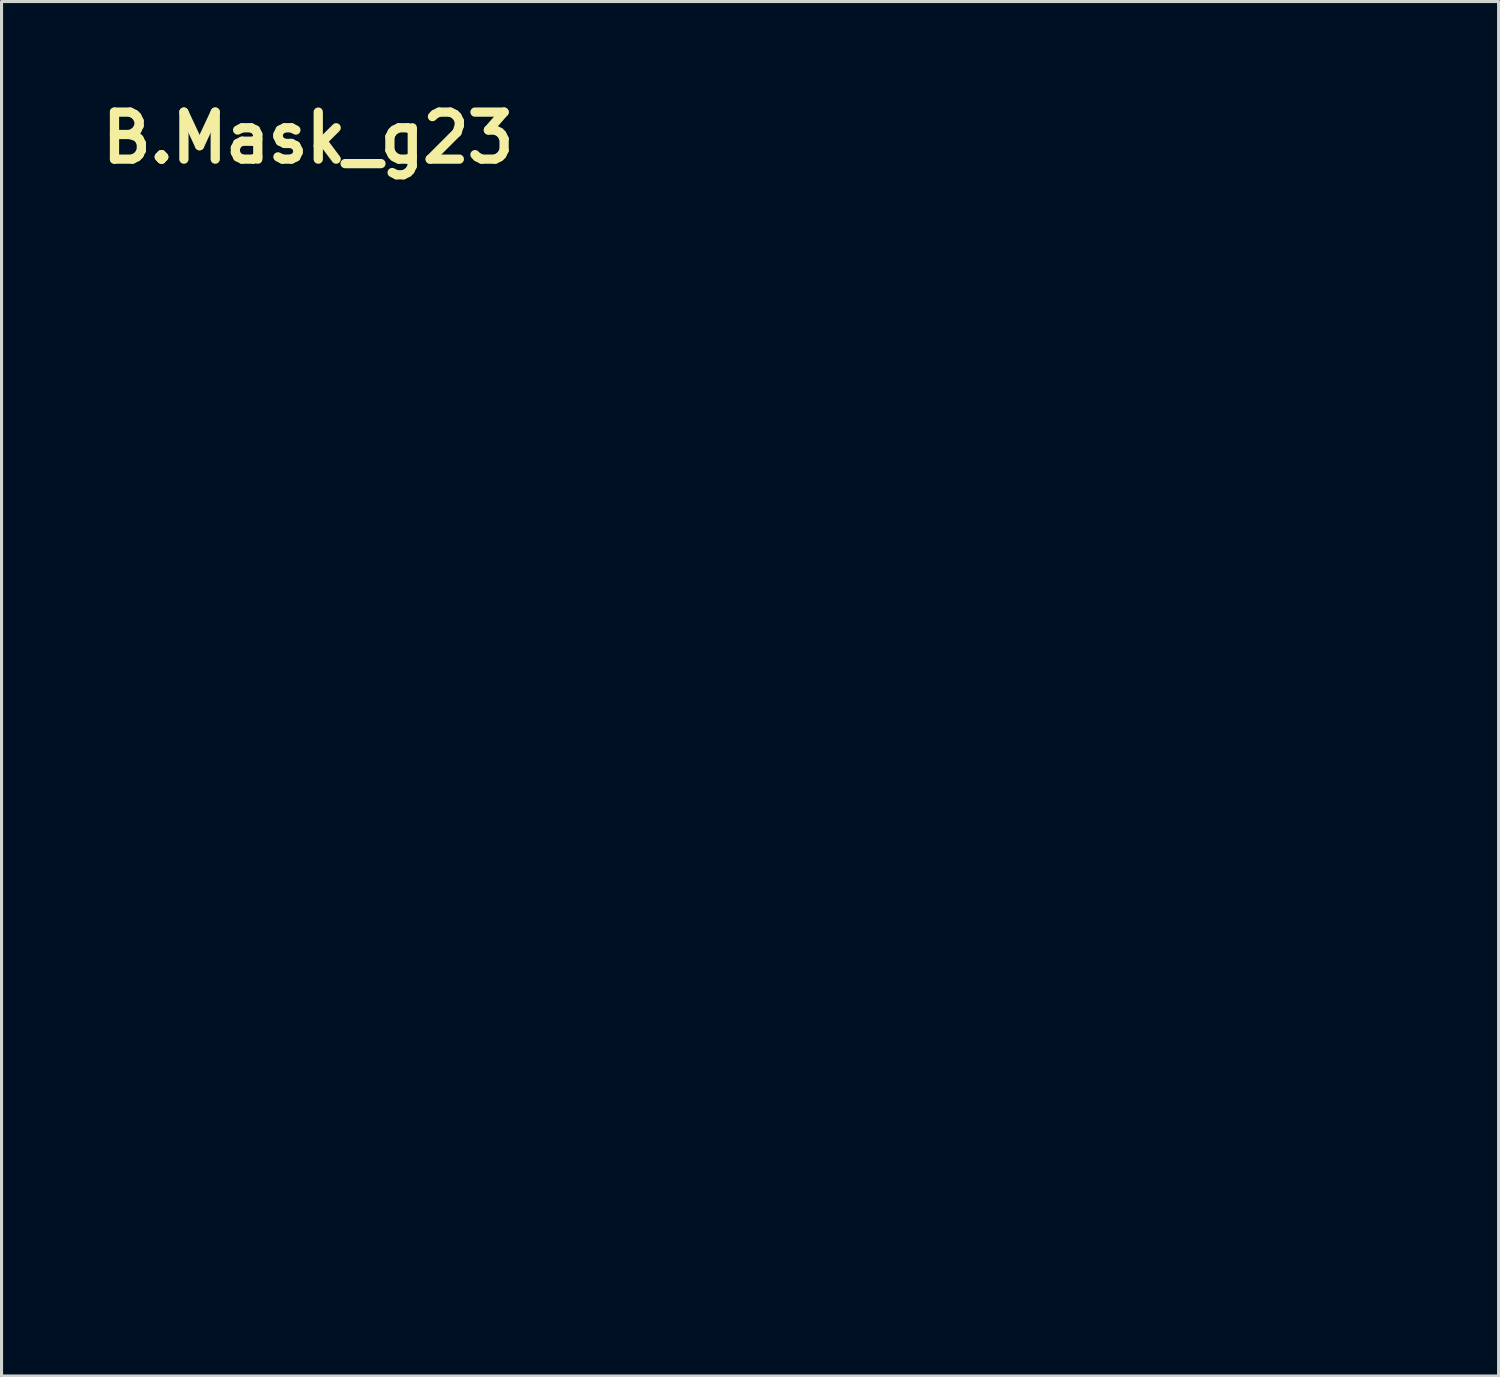
<source format=kicad_pcb>
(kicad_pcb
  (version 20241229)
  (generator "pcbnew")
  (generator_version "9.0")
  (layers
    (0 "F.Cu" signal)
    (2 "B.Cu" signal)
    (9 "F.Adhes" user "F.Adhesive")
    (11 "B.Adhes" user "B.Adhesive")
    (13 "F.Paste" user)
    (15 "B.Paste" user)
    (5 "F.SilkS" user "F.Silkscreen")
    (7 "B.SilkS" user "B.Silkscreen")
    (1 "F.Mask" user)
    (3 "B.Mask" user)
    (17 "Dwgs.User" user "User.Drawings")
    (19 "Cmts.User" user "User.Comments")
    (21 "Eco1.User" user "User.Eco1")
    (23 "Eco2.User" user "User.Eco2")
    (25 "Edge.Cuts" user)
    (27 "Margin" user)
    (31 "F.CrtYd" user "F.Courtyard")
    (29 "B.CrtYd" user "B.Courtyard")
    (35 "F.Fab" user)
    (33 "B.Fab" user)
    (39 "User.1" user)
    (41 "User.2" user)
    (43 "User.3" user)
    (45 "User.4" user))
  (footprint "B.Mask_g23"
    (layer "F.Cu")
    (at 6.938 1.418)
    (property "Reference" "B.Mask_g23" (at 0 0 0) (layer "F.SilkS") (effects (font (size 1.524 1.524) (thickness 0.3))))
    (attr through_hole)
    (fp_poly (pts (xy 25.46 14.083) (xy 25.507 14.103) (xy 25.579 14.138) (xy 25.674 14.187) (xy 25.796 14.251) (xy 25.944 14.331) (xy 26.119 14.427) (xy 26.323 14.54) (xy 26.556 14.67) (xy 26.818 14.817) (xy 27.111 14.982) (xy 27.436 15.166) (xy 27.794 15.369) (xy 28.185 15.591) (xy 28.61 15.833) (xy 29.07 16.095) (xy 29.464 16.32) (xy 30.068 16.666) (xy 30.642 16.995) (xy 31.186 17.307) (xy 31.699 17.602) (xy 32.182 17.88) (xy 32.633 18.141) (xy 33.053 18.385) (xy 33.44 18.61) (xy 33.795 18.817) (xy 34.117 19.006) (xy 34.405 19.177) (xy 34.66 19.328) (xy 34.88 19.46) (xy 35.065 19.573) (xy 35.216 19.667) (xy 35.33 19.741) (xy 35.409 19.794) (xy 35.452 19.827) (xy 35.458 19.834) (xy 35.484 19.885) (xy 35.508 19.958) (xy 35.518 20.003) (xy 35.526 20.068) (xy 35.534 20.165) (xy 35.541 20.296) (xy 35.547 20.46) (xy 35.553 20.658) (xy 35.558 20.891) (xy 35.562 21.16) (xy 35.566 21.465) (xy 35.57 21.807) (xy 35.572 22.185) (xy 35.574 22.602) (xy 35.576 23.057) (xy 35.577 23.551) (xy 35.577 24.085) (xy 35.577 24.659) (xy 35.576 25.273) (xy 35.575 25.929) (xy 35.574 26.321) (xy 35.572 26.884) (xy 35.57 27.406) (xy 35.568 27.889) (xy 35.567 28.334) (xy 35.564 28.742) (xy 35.562 29.115) (xy 35.56 29.455) (xy 35.557 29.762) (xy 35.554 30.039) (xy 35.551 30.286) (xy 35.547 30.505) (xy 35.544 30.698) (xy 35.54 30.866) (xy 35.535 31.01) (xy 35.531 31.132) (xy 35.526 31.234) (xy 35.52 31.316) (xy 35.514 31.381) (xy 35.508 31.429) (xy 35.501 31.463) (xy 35.501 31.464) (xy 35.488 31.493) (xy 35.461 31.524) (xy 35.416 31.562) (xy 35.347 31.61) (xy 35.249 31.674) (xy 35.199 31.705) (xy 35.073 31.783) (xy 34.927 31.872) (xy 34.758 31.974) (xy 34.567 32.088) (xy 34.351 32.216) (xy 34.11 32.359) (xy 33.844 32.515) (xy 33.55 32.687) (xy 33.229 32.875) (xy 32.879 33.079) (xy 32.499 33.3) (xy 32.088 33.538) (xy 31.646 33.795) (xy 31.171 34.07) (xy 30.662 34.364) (xy 30.119 34.677) (xy 29.54 35.011) (xy 29.358 35.116) (xy 28.954 35.349) (xy 28.585 35.562) (xy 28.248 35.755) (xy 27.944 35.931) (xy 27.668 36.089) (xy 27.421 36.231) (xy 27.2 36.357) (xy 27.003 36.469) (xy 26.828 36.568) (xy 26.674 36.654) (xy 26.54 36.729) (xy 26.422 36.794) (xy 26.32 36.849) (xy 26.232 36.895) (xy 26.155 36.934) (xy 26.089 36.967) (xy 26.031 36.994) (xy 25.98 37.016) (xy 25.933 37.034) (xy 25.89 37.05) (xy 25.848 37.065) (xy 25.805 37.078) (xy 25.787 37.084) (xy 25.671 37.114) (xy 25.579 37.124) (xy 25.502 37.113) (xy 25.442 37.089) (xy 25.405 37.067) (xy 25.375 37.036) (xy 25.346 36.987) (xy 25.312 36.912) (xy 25.29 36.856) (xy 25.251 36.755) (xy 25.201 36.621) (xy 25.141 36.459) (xy 25.074 36.272) (xy 25.001 36.067) (xy 24.923 35.848) (xy 24.843 35.619) (xy 24.761 35.385) (xy 24.68 35.152) (xy 24.602 34.923) (xy 24.527 34.704) (xy 24.458 34.5) (xy 24.396 34.314) (xy 24.342 34.153) (xy 24.3 34.02) (xy 24.269 33.92) (xy 24.262 33.895) (xy 24.242 33.822) (xy 24.233 33.77) (xy 24.242 33.731) (xy 24.272 33.699) (xy 24.328 33.665) (xy 24.416 33.622) (xy 24.453 33.604) (xy 24.559 33.547) (xy 24.628 33.49) (xy 24.667 33.428) (xy 24.68 33.355) (xy 24.68 33.346) (xy 24.692 33.3) (xy 24.731 33.246) (xy 24.786 33.191) (xy 24.85 33.125) (xy 24.886 33.07) (xy 24.892 33.047) (xy 24.912 32.995) (xy 24.97 32.955) (xy 25.061 32.929) (xy 25.082 32.926) (xy 25.127 32.922) (xy 25.208 32.918) (xy 25.319 32.913) (xy 25.454 32.907) (xy 25.608 32.901) (xy 25.774 32.895) (xy 25.855 32.893) (xy 26.031 32.887) (xy 26.214 32.879) (xy 26.397 32.869) (xy 26.577 32.859) (xy 26.746 32.848) (xy 26.899 32.837) (xy 27.03 32.826) (xy 27.134 32.816) (xy 27.204 32.807) (xy 27.226 32.802) (xy 27.215 32.789) (xy 27.175 32.756) (xy 27.109 32.707) (xy 27.025 32.646) (xy 26.941 32.587) (xy 26.676 32.402) (xy 26.426 32.226) (xy 26.191 32.06) (xy 25.975 31.905) (xy 25.778 31.763) (xy 25.605 31.636) (xy 25.456 31.525) (xy 25.333 31.432) (xy 25.241 31.359) (xy 25.179 31.306) (xy 25.158 31.286) (xy 25.131 31.252) (xy 25.134 31.227) (xy 25.158 31.199) (xy 25.205 31.161) (xy 25.281 31.116) (xy 25.373 31.069) (xy 25.47 31.026) (xy 25.559 30.992) (xy 25.63 30.974) (xy 25.638 30.973) (xy 25.679 30.97) (xy 25.721 30.973) (xy 25.768 30.984) (xy 25.825 31.005) (xy 25.898 31.038) (xy 25.991 31.085) (xy 26.11 31.149) (xy 26.26 31.231) (xy 26.301 31.254) (xy 26.548 31.385) (xy 26.798 31.508) (xy 27.039 31.616) (xy 27.261 31.705) (xy 27.326 31.729) (xy 27.464 31.777) (xy 27.771 31.623) (xy 27.944 31.535) (xy 28.082 31.457) (xy 28.19 31.384) (xy 28.271 31.311) (xy 28.33 31.233) (xy 28.37 31.142) (xy 28.397 31.034) (xy 28.414 30.904) (xy 28.425 30.744) (xy 28.425 30.733) (xy 28.434 30.597) (xy 28.447 30.497) (xy 28.465 30.426) (xy 28.493 30.377) (xy 28.532 30.343) (xy 28.587 30.318) (xy 28.611 30.309) (xy 28.666 30.282) (xy 28.7 30.238) (xy 28.713 30.172) (xy 28.71 30.077) (xy 28.703 30.022) (xy 28.692 29.913) (xy 28.698 29.836) (xy 28.723 29.781) (xy 28.77 29.739) (xy 28.803 29.721) (xy 28.861 29.68) (xy 28.905 29.631) (xy 28.911 29.619) (xy 28.929 29.561) (xy 28.945 29.471) (xy 28.959 29.358) (xy 28.97 29.233) (xy 28.976 29.105) (xy 28.977 29.041) (xy 28.98 28.96) (xy 28.986 28.893) (xy 28.995 28.855) (xy 28.996 28.852) (xy 29.013 28.839) (xy 29.048 28.832) (xy 29.108 28.831) (xy 29.2 28.835) (xy 29.234 28.837) (xy 29.367 28.843) (xy 29.475 28.837) (xy 29.568 28.817) (xy 29.658 28.778) (xy 29.754 28.718) (xy 29.867 28.631) (xy 29.888 28.615) (xy 29.967 28.551) (xy 30.033 28.497) (xy 30.079 28.459) (xy 30.099 28.441) (xy 30.099 28.441) (xy 30.093 28.421) (xy 30.074 28.364) (xy 30.045 28.276) (xy 30.007 28.16) (xy 29.96 28.021) (xy 29.908 27.863) (xy 29.85 27.689) (xy 29.817 27.59) (xy 29.536 26.744) (xy 29.627 26.458) (xy 29.672 26.311) (xy 29.709 26.178) (xy 29.742 26.043) (xy 29.774 25.891) (xy 29.794 25.787) (xy 29.818 25.74) (xy 29.842 25.719) (xy 29.875 25.716) (xy 29.946 25.719) (xy 30.053 25.727) (xy 30.193 25.741) (xy 30.363 25.76) (xy 30.56 25.784) (xy 30.781 25.812) (xy 31.023 25.844) (xy 31.283 25.88) (xy 31.558 25.919) (xy 31.784 25.952) (xy 31.942 25.975) (xy 32.089 25.997) (xy 32.221 26.016) (xy 32.33 26.032) (xy 32.41 26.044) (xy 32.455 26.05) (xy 32.457 26.051) (xy 32.54 26.063) (xy 32.528 25.989) (xy 32.492 25.869) (xy 32.43 25.753) (xy 32.351 25.659) (xy 32.335 25.645) (xy 32.281 25.605) (xy 32.22 25.565) (xy 32.148 25.525) (xy 32.061 25.482) (xy 31.955 25.435) (xy 31.827 25.383) (xy 31.673 25.324) (xy 31.49 25.256) (xy 31.272 25.177) (xy 31.062 25.103) (xy 30.84 25.022) (xy 30.641 24.946) (xy 30.468 24.875) (xy 30.325 24.811) (xy 30.215 24.755) (xy 30.14 24.708) (xy 30.111 24.683) (xy 30.1 24.668) (xy 30.089 24.643) (xy 30.076 24.609) (xy 30.063 24.561) (xy 30.047 24.498) (xy 30.03 24.417) (xy 30.009 24.315) (xy 29.986 24.192) (xy 29.958 24.043) (xy 29.927 23.867) (xy 29.892 23.662) (xy 29.851 23.424) (xy 29.805 23.153) (xy 29.753 22.844) (xy 29.695 22.497) (xy 29.686 22.443) (xy 29.627 22.088) (xy 29.574 21.773) (xy 29.526 21.494) (xy 29.483 21.249) (xy 29.445 21.035) (xy 29.411 20.85) (xy 29.38 20.691) (xy 29.352 20.555) (xy 29.327 20.44) (xy 29.303 20.342) (xy 29.281 20.26) (xy 29.26 20.191) (xy 29.24 20.132) (xy 29.195 20.03) (xy 29.138 19.917) (xy 29.071 19.801) (xy 28.999 19.689) (xy 28.928 19.586) (xy 28.86 19.5) (xy 28.802 19.437) (xy 28.756 19.404) (xy 28.747 19.401) (xy 28.673 19.389) (xy 28.559 19.377) (xy 28.405 19.364) (xy 28.214 19.351) (xy 27.988 19.337) (xy 27.727 19.323) (xy 27.576 19.315) (xy 27.299 19.301) (xy 27.06 19.287) (xy 26.857 19.274) (xy 26.685 19.26) (xy 26.54 19.247) (xy 26.42 19.233) (xy 26.321 19.218) (xy 26.209 19.195) (xy 26.064 19.158) (xy 25.885 19.106) (xy 25.671 19.04) (xy 25.42 18.958) (xy 25.132 18.861) (xy 25.1 18.851) (xy 24.522 18.653) (xy 23.812 18.691) (xy 23.533 18.707) (xy 23.292 18.722) (xy 23.088 18.737) (xy 22.915 18.752) (xy 22.771 18.768) (xy 22.653 18.786) (xy 22.557 18.806) (xy 22.48 18.828) (xy 22.418 18.853) (xy 22.369 18.882) (xy 22.328 18.915) (xy 22.315 18.928) (xy 22.281 18.969) (xy 22.245 19.024) (xy 22.204 19.097) (xy 22.16 19.19) (xy 22.109 19.304) (xy 22.053 19.441) (xy 21.99 19.605) (xy 21.919 19.797) (xy 21.839 20.019) (xy 21.75 20.274) (xy 21.65 20.564) (xy 21.539 20.89) (xy 21.474 21.082) (xy 21.358 21.426) (xy 21.253 21.732) (xy 21.16 22.002) (xy 21.077 22.238) (xy 21.004 22.443) (xy 20.939 22.619) (xy 20.883 22.767) (xy 20.833 22.89) (xy 20.789 22.99) (xy 20.75 23.07) (xy 20.716 23.132) (xy 20.685 23.177) (xy 20.657 23.208) (xy 20.647 23.217) (xy 20.617 23.236) (xy 20.574 23.254) (xy 20.514 23.274) (xy 20.434 23.294) (xy 20.328 23.317) (xy 20.193 23.342) (xy 20.025 23.372) (xy 19.819 23.408) (xy 19.791 23.412) (xy 19.549 23.454) (xy 19.345 23.492) (xy 19.176 23.529) (xy 19.04 23.565) (xy 18.932 23.601) (xy 18.849 23.641) (xy 18.788 23.684) (xy 18.745 23.732) (xy 18.717 23.788) (xy 18.701 23.852) (xy 18.695 23.897) (xy 18.694 23.995) (xy 18.717 24.063) (xy 18.768 24.109) (xy 18.847 24.14) (xy 18.891 24.15) (xy 18.971 24.164) (xy 19.082 24.183) (xy 19.22 24.205) (xy 19.377 24.23) (xy 19.551 24.257) (xy 19.734 24.285) (xy 19.922 24.313) (xy 20.109 24.341) (xy 20.291 24.367) (xy 20.461 24.39) (xy 20.574 24.406) (xy 20.656 24.418) (xy 20.721 24.428) (xy 20.758 24.436) (xy 20.762 24.438) (xy 20.766 24.461) (xy 20.77 24.52) (xy 20.775 24.609) (xy 20.78 24.721) (xy 20.785 24.852) (xy 20.788 24.918) (xy 20.796 25.136) (xy 20.806 25.321) (xy 20.819 25.482) (xy 20.835 25.63) (xy 20.856 25.773) (xy 20.882 25.92) (xy 20.916 26.082) (xy 20.924 26.12) (xy 20.958 26.281) (xy 20.984 26.408) (xy 21.001 26.507) (xy 21.01 26.584) (xy 21.012 26.646) (xy 21.008 26.7) (xy 20.997 26.752) (xy 20.987 26.789) (xy 20.949 26.899) (xy 20.896 27.017) (xy 20.834 27.135) (xy 20.767 27.246) (xy 20.701 27.342) (xy 20.639 27.415) (xy 20.587 27.456) (xy 20.584 27.457) (xy 20.556 27.465) (xy 20.521 27.464) (xy 20.477 27.452) (xy 20.419 27.427) (xy 20.344 27.387) (xy 20.249 27.331) (xy 20.13 27.256) (xy 19.984 27.161) (xy 19.806 27.043) (xy 19.791 27.033) (xy 19.592 26.901) (xy 19.424 26.793) (xy 19.287 26.707) (xy 19.178 26.642) (xy 19.095 26.598) (xy 19.036 26.572) (xy 19 26.564) (xy 18.989 26.567) (xy 18.978 26.578) (xy 18.967 26.601) (xy 18.955 26.639) (xy 18.941 26.695) (xy 18.924 26.774) (xy 18.904 26.878) (xy 18.879 27.011) (xy 18.85 27.176) (xy 18.815 27.377) (xy 18.788 27.538) (xy 18.658 28.292) (xy 17.833 29.086) (xy 17.535 29.372) (xy 17.266 29.629) (xy 17.023 29.859) (xy 16.807 30.064) (xy 16.614 30.243) (xy 16.445 30.399) (xy 16.296 30.533) (xy 16.167 30.647) (xy 16.057 30.74) (xy 15.963 30.816) (xy 15.885 30.875) (xy 15.82 30.918) (xy 15.768 30.947) (xy 15.727 30.962) (xy 15.698 30.966) (xy 15.622 30.954) (xy 15.537 30.922) (xy 15.463 30.879) (xy 15.428 30.848) (xy 15.414 30.831) (xy 15.402 30.811) (xy 15.39 30.787) (xy 15.379 30.757) (xy 15.37 30.72) (xy 15.361 30.673) (xy 15.353 30.616) (xy 15.345 30.546) (xy 15.339 30.463) (xy 15.333 30.363) (xy 15.328 30.246) (xy 15.323 30.11) (xy 15.319 29.954) (xy 15.316 29.775) (xy 15.313 29.573) (xy 15.311 29.345) (xy 15.309 29.089) (xy 15.307 28.805) (xy 15.306 28.49) (xy 15.305 28.143) (xy 15.304 27.763) (xy 15.304 27.347) (xy 15.304 26.894) (xy 15.303 26.402) (xy 15.303 25.87) (xy 15.303 25.749) (xy 15.304 25.075) (xy 15.304 24.442) (xy 15.305 23.849) (xy 15.307 23.297) (xy 15.309 22.785) (xy 15.311 22.315) (xy 15.313 21.886) (xy 15.316 21.497) (xy 15.319 21.15) (xy 15.323 20.845) (xy 15.327 20.581) (xy 15.332 20.358) (xy 15.336 20.178) (xy 15.341 20.039) (xy 15.347 19.942) (xy 15.353 19.888) (xy 15.356 19.876) (xy 15.381 19.854) (xy 15.442 19.812) (xy 15.537 19.751) (xy 15.665 19.671) (xy 15.824 19.574) (xy 16.013 19.459) (xy 16.231 19.329) (xy 16.477 19.183) (xy 16.749 19.022) (xy 17.045 18.847) (xy 17.365 18.659) (xy 17.707 18.459) (xy 18.07 18.248) (xy 18.452 18.026) (xy 18.853 17.793) (xy 19.27 17.552) (xy 19.703 17.302) (xy 20.15 17.045) (xy 20.61 16.78) (xy 21.081 16.51) (xy 21.562 16.234) (xy 22.052 15.954) (xy 22.098 15.928) (xy 22.543 15.674) (xy 22.953 15.441) (xy 23.328 15.228) (xy 23.669 15.035) (xy 23.977 14.861) (xy 24.253 14.706) (xy 24.497 14.569) (xy 24.711 14.45) (xy 24.896 14.349) (xy 25.052 14.264) (xy 25.181 14.196) (xy 25.282 14.143) (xy 25.358 14.106) (xy 25.409 14.084) (xy 25.435 14.076) (xy 25.436 14.076) (xy 25.46 14.083)) (stroke (width 0.01) (type solid)) (fill yes) (layer "B.Mask")))
  (gr_rect
    (start -3 -3)
    (end 45.52 41.547)
    (stroke (width 0.1) (type default))
    (fill no)
    (layer "Edge.Cuts")))
</source>
